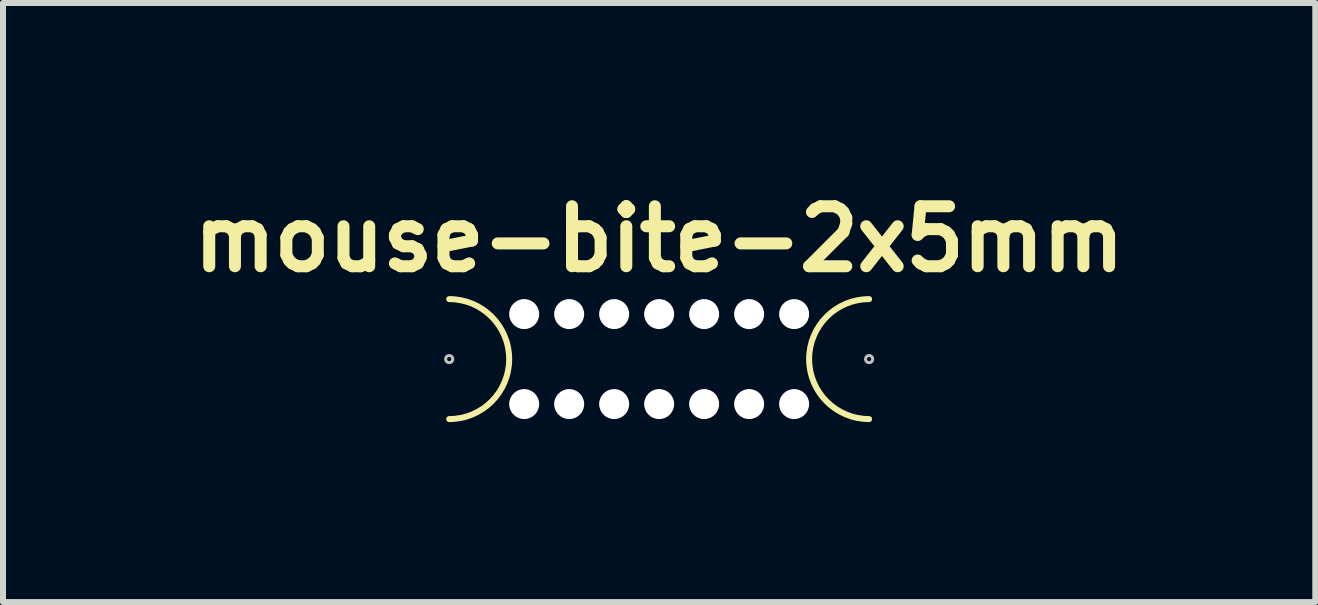
<source format=kicad_pcb>
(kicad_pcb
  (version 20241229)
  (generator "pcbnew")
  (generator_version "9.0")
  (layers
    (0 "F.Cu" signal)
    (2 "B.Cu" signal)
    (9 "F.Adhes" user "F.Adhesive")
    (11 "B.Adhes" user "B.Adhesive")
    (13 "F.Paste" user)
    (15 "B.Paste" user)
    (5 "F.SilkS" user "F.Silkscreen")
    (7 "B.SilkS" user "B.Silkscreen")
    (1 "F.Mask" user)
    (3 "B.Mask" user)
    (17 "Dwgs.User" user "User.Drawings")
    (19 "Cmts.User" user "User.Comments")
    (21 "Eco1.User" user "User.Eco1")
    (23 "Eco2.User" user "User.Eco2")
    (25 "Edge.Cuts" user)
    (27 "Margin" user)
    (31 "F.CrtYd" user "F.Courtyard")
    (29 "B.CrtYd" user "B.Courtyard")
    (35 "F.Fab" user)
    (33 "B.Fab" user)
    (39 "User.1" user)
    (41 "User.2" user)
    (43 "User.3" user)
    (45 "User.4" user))
  (footprint "mouse-bite-2x5mm"
    (layer "F.Cu")
    (at 7.938 2.936)
    (property "Reference" "mouse-bite-2x5mm" (at 0 -2 0) (layer "F.SilkS") (effects (font (size 1 1) (thickness 0.2))))
    (attr through_hole exclude_from_bom)
    (fp_arc (start -3.5 -1) (mid -2.5 0) (end -3.5 1) (stroke (width 0.1) (type solid)) (layer "F.SilkS"))
    (fp_arc (start 3.5 1) (mid 2.5 0) (end 3.5 -1) (stroke (width 0.1) (type solid)) (layer "F.SilkS"))
    (fp_circle (center -3.5 0) (end -3.5 -0.06) (stroke (width 0.05) (type solid)) (fill no) (layer "Dwgs.User"))
    (fp_circle (center 3.5 0) (end 3.56 0) (stroke (width 0.05) (type solid)) (fill no) (layer "Dwgs.User"))
    (fp_line (start -3.5 0) (end -3.5 0) (stroke (width 2) (type solid)) (layer "Eco1.User"))
    (fp_line (start 3.5 0) (end 3.5 0) (stroke (width 2) (type solid)) (layer "Eco1.User"))
    (pad "" np_thru_hole circle (at -2.25 -0.75) (size 0.5 0.5) (drill 0.5) (layers "*.Cu" "*.Mask"))
    (pad "" np_thru_hole circle (at -2.25 0.75) (size 0.5 0.5) (drill 0.5) (layers "*.Cu" "*.Mask"))
    (pad "" np_thru_hole circle (at -1.5 -0.75) (size 0.5 0.5) (drill 0.5) (layers "*.Cu" "*.Mask"))
    (pad "" np_thru_hole circle (at -1.5 0.75) (size 0.5 0.5) (drill 0.5) (layers "*.Cu" "*.Mask"))
    (pad "" np_thru_hole circle (at -0.75 -0.75) (size 0.5 0.5) (drill 0.5) (layers "*.Cu" "*.Mask"))
    (pad "" np_thru_hole circle (at -0.75 0.75) (size 0.5 0.5) (drill 0.5) (layers "*.Cu" "*.Mask"))
    (pad "" np_thru_hole circle (at 0 -0.75) (size 0.5 0.5) (drill 0.5) (layers "*.Cu" "*.Mask"))
    (pad "" np_thru_hole circle (at 0 0.75) (size 0.5 0.5) (drill 0.5) (layers "*.Cu" "*.Mask"))
    (pad "" np_thru_hole circle (at 0.75 -0.75) (size 0.5 0.5) (drill 0.5) (layers "*.Cu" "*.Mask"))
    (pad "" np_thru_hole circle (at 0.75 0.75) (size 0.5 0.5) (drill 0.5) (layers "*.Cu" "*.Mask"))
    (pad "" np_thru_hole circle (at 1.5 -0.75) (size 0.5 0.5) (drill 0.5) (layers "*.Cu" "*.Mask"))
    (pad "" np_thru_hole circle (at 1.5 0.75) (size 0.5 0.5) (drill 0.5) (layers "*.Cu" "*.Mask"))
    (pad "" np_thru_hole circle (at 2.25 -0.75) (size 0.5 0.5) (drill 0.5) (layers "*.Cu" "*.Mask"))
    (pad "" np_thru_hole circle (at 2.25 0.75) (size 0.5 0.5) (drill 0.5) (layers "*.Cu" "*.Mask")))
  (gr_rect
    (start -3 -3)
    (end 18.876 6.986)
    (stroke (width 0.1) (type default))
    (fill no)
    (layer "Edge.Cuts")))
</source>
